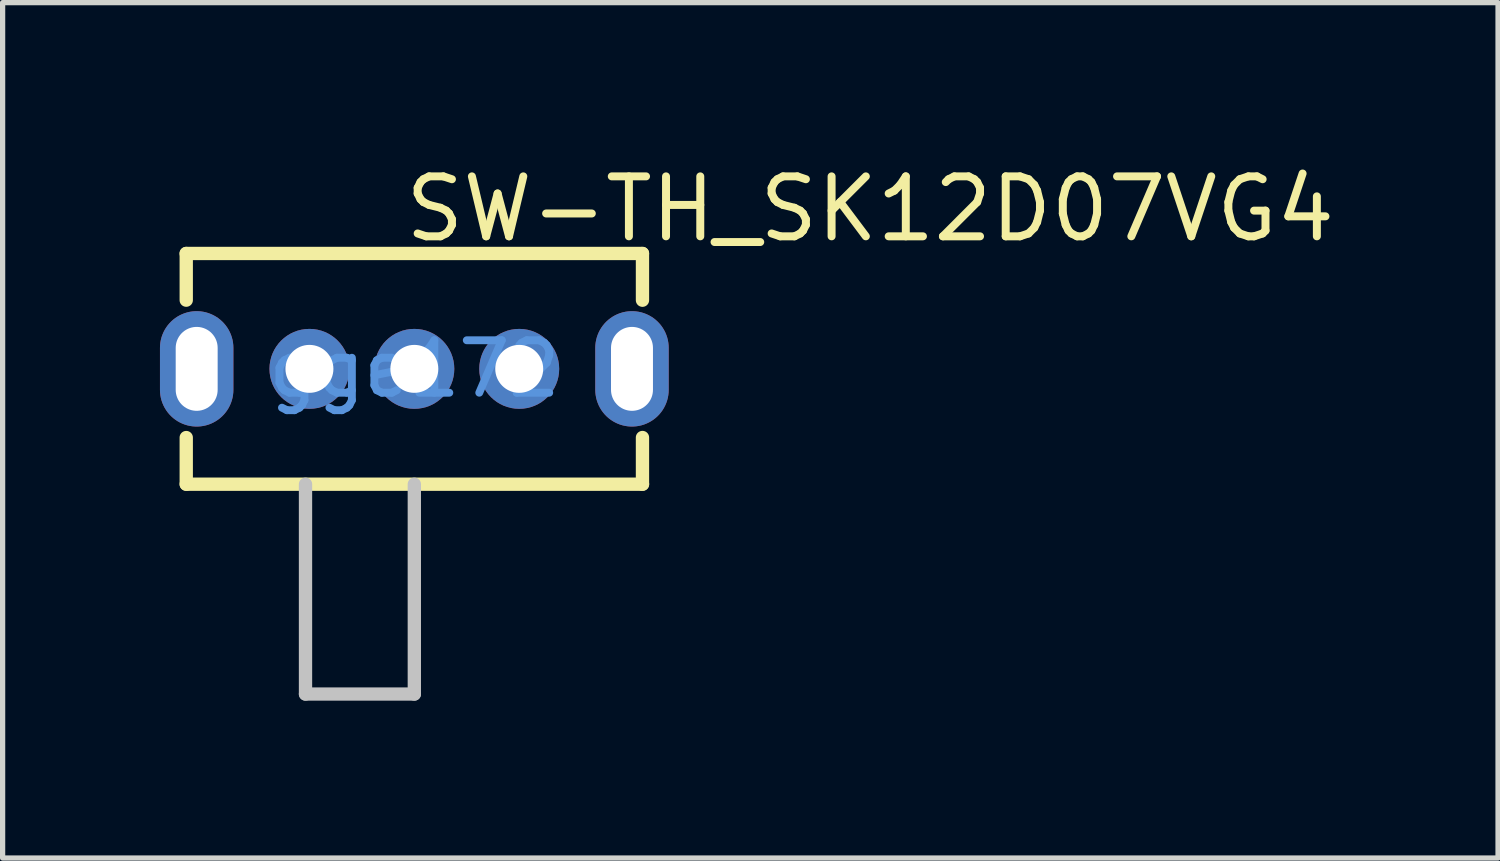
<source format=kicad_pcb>
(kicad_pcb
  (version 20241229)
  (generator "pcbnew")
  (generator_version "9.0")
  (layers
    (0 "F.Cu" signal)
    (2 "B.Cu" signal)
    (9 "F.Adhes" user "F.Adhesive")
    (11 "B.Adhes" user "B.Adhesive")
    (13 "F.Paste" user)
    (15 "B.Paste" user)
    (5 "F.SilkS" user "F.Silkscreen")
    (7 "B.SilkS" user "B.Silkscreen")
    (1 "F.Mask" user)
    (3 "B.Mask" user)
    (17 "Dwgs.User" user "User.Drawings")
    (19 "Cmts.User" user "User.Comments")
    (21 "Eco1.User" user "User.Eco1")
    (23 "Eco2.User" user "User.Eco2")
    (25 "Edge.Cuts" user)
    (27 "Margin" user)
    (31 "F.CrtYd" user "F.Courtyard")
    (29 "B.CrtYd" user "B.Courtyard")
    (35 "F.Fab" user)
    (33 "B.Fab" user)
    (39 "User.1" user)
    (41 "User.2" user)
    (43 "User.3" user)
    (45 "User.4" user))
  (footprint "SW-TH_SK12D07VG4"
    (layer "F.Cu")
    (at 4.85 3.983)
    (property "Reference" "SW-TH_SK12D07VG4" (at -0.254 -3.048 0) (layer "F.SilkS") (effects (font (size 1.143 1.143) (thickness 0.152)) (justify left)))
    (attr through_hole)
    (fp_line (start -4.35 -2.2) (end 4.35 -2.2) (stroke (width 0.254) (type solid)) (layer "F.SilkS"))
    (fp_line (start -4.349 -1.31) (end -4.349 -2.2) (stroke (width 0.254) (type solid)) (layer "F.SilkS"))
    (fp_line (start -4.349 2.199) (end -4.349 1.31) (stroke (width 0.254) (type solid)) (layer "F.SilkS"))
    (fp_line (start 4.35 -2.2) (end 4.35 -1.309) (stroke (width 0.254) (type solid)) (layer "F.SilkS"))
    (fp_line (start 4.35 1.309) (end 4.35 2.199) (stroke (width 0.254) (type solid)) (layer "F.SilkS"))
    (fp_line (start 4.351 2.199) (end -4.349 2.199) (stroke (width 0.254) (type solid)) (layer "F.SilkS"))
    (fp_line (start -2.075 2.2) (end -2.075 6.2) (stroke (width 0.254) (type solid)) (layer "Dwgs.User"))
    (fp_line (start -2.075 6.2) (end 0 6.2) (stroke (width 0.254) (type solid)) (layer "Dwgs.User"))
    (fp_line (start 0 6.2) (end 0 2.2) (stroke (width 0.254) (type solid)) (layer "Dwgs.User"))
    (fp_text user "gge172" (at 0 0 0) (layer "Cmts.User") (effects (font (size 1 1) (thickness 0.15))))
    (pad "1" thru_hole circle (at -2 0) (size 1.524 1.524) (drill 0.914) (layers "*.Cu" "*.Paste" "*.Mask"))
    (pad "2" thru_hole circle (at 0 0) (size 1.524 1.524) (drill 0.914) (layers "*.Cu" "*.Paste" "*.Mask"))
    (pad "3" thru_hole circle (at 2 0) (size 1.524 1.524) (drill 0.914) (layers "*.Cu" "*.Paste" "*.Mask"))
    (pad "4" thru_hole oval (at 4.15 0) (size 1.4 2.2) (drill oval 0.8 1.6) (layers "*.Cu" "*.Paste" "*.Mask"))
    (pad "5" thru_hole oval (at -4.15 0) (size 1.4 2.2) (drill oval 0.8 1.6) (layers "*.Cu" "*.Paste" "*.Mask")))
  (gr_rect
    (start -3 -3)
    (end 25.513 13.31)
    (stroke (width 0.1) (type default))
    (fill no)
    (layer "Edge.Cuts")))
</source>
